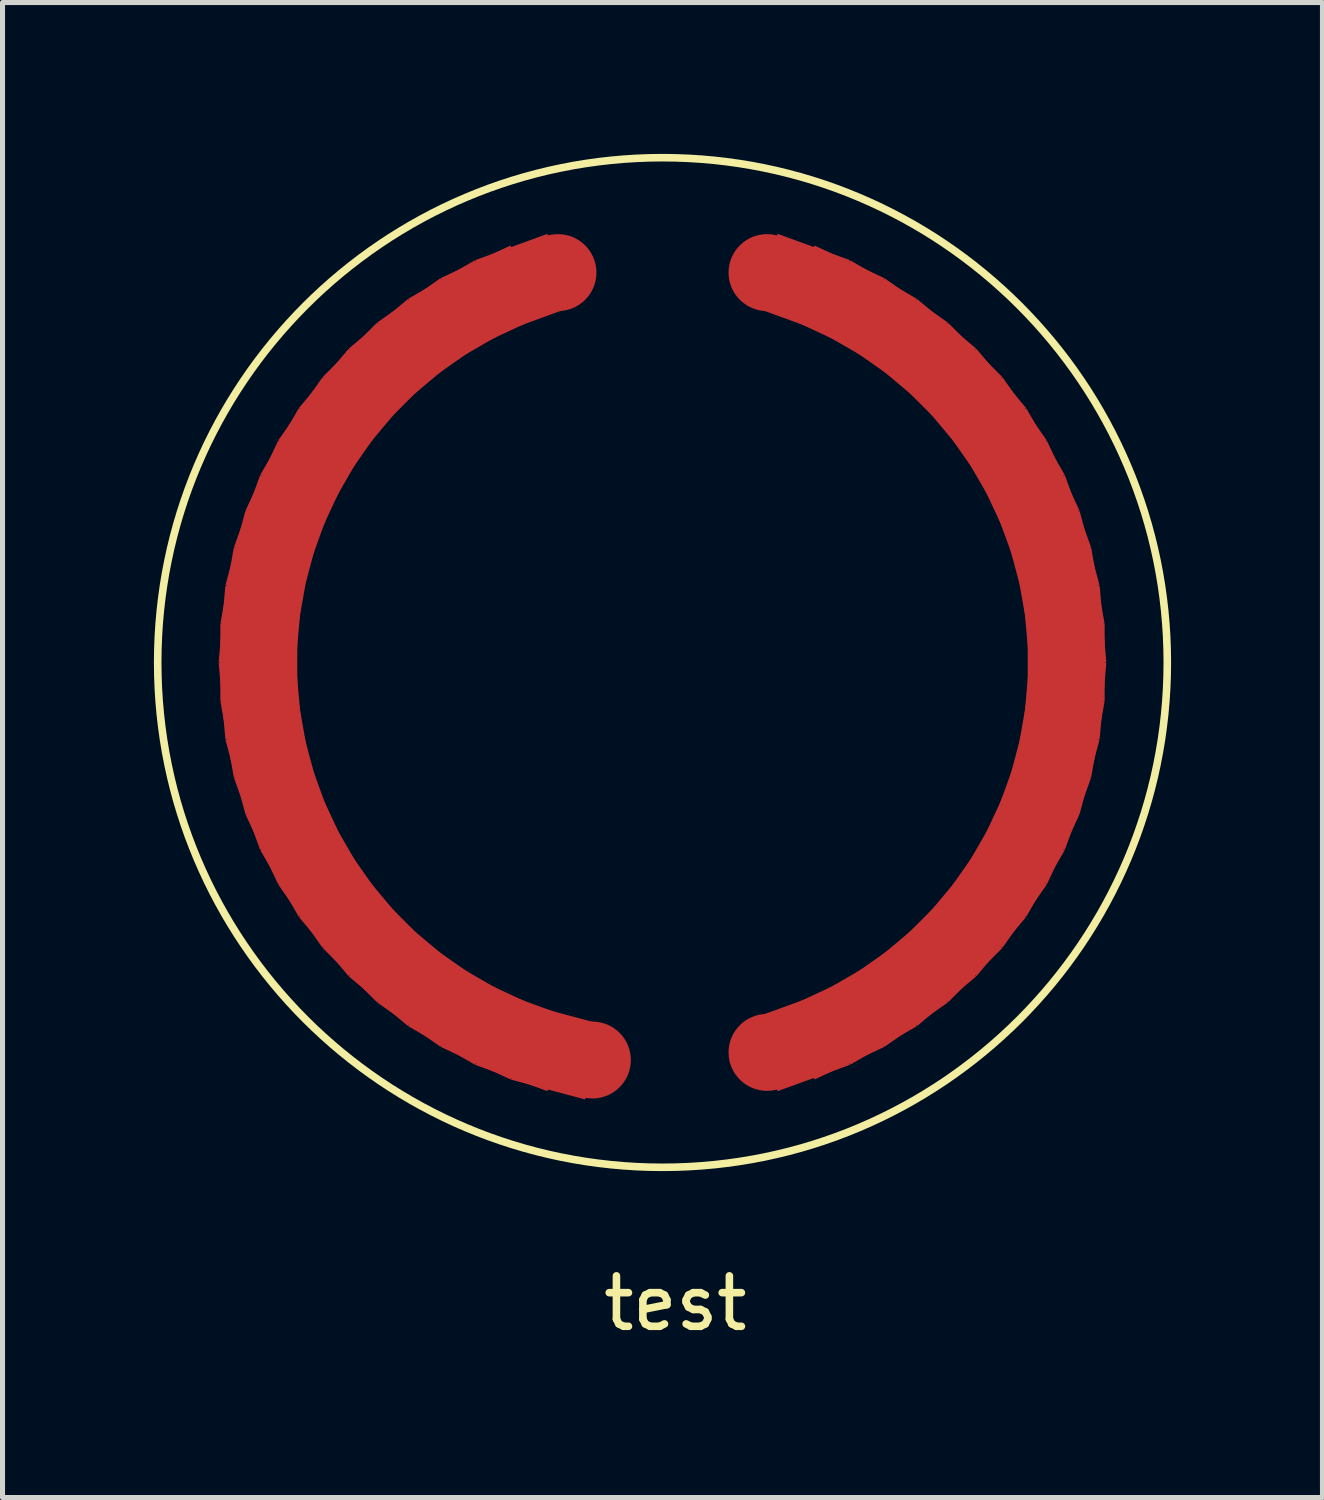
<source format=kicad_pcb>
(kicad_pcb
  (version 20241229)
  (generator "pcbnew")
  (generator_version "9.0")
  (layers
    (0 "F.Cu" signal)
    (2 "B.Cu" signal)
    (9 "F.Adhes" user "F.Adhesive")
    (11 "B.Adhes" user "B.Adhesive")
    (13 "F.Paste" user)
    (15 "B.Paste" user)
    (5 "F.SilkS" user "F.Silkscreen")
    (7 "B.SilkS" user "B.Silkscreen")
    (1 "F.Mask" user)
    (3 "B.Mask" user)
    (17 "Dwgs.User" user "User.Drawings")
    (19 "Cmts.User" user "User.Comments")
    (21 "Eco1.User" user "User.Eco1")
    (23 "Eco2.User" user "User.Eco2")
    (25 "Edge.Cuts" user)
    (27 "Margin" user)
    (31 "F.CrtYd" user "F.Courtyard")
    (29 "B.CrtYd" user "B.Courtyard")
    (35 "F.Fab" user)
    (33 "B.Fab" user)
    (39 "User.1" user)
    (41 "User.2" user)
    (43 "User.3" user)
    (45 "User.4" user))
  (footprint "test"
    (layer "F.Cu")
    (at 10.079 10.079)
    (property "Reference" "test" (at 0.254 12.7 0) (layer "F.SilkS") (effects (font (size 1 1) (thickness 0.15))))
    (attr through_hole)
    (fp_circle (center 0 0) (end -8.382 -5.461) (stroke (width 0.15) (type solid)) (fill no) (layer "F.SilkS"))
    (pad "1" smd rect (at -8 0) (size 1.524 1.524) (layers "F.Cu" "F.Mask" "F.Paste"))
    (pad "1" smd rect (at -7.97 -0.697 355) (size 1.524 1.524) (layers "F.Cu" "F.Mask" "F.Paste"))
    (pad "1" smd rect (at -7.97 0.697 5) (size 1.524 1.524) (layers "F.Cu" "F.Mask" "F.Paste"))
    (pad "1" smd rect (at -7.878 -1.389 350) (size 1.524 1.524) (layers "F.Cu" "F.Mask" "F.Paste"))
    (pad "1" smd rect (at -7.878 1.389 10) (size 1.524 1.524) (layers "F.Cu" "F.Mask" "F.Paste"))
    (pad "1" smd rect (at -7.727 -2.071 345) (size 1.524 1.524) (layers "F.Cu" "F.Mask" "F.Paste"))
    (pad "1" smd rect (at -7.727 2.071 15) (size 1.524 1.524) (layers "F.Cu" "F.Mask" "F.Paste"))
    (pad "1" smd rect (at -7.518 -2.736 340) (size 1.524 1.524) (layers "F.Cu" "F.Mask" "F.Paste"))
    (pad "1" smd rect (at -7.518 2.736 20) (size 1.524 1.524) (layers "F.Cu" "F.Mask" "F.Paste"))
    (pad "1" smd rect (at -7.25 -3.381 335) (size 1.524 1.524) (layers "F.Cu" "F.Mask" "F.Paste"))
    (pad "1" smd rect (at -7.25 3.381 25) (size 1.524 1.524) (layers "F.Cu" "F.Mask" "F.Paste"))
    (pad "1" smd rect (at -6.928 -4 330) (size 1.524 1.524) (layers "F.Cu" "F.Mask" "F.Paste"))
    (pad "1" smd rect (at -6.928 4 30) (size 1.524 1.524) (layers "F.Cu" "F.Mask" "F.Paste"))
    (pad "1" smd rect (at -6.553 -4.589 325) (size 1.524 1.524) (layers "F.Cu" "F.Mask" "F.Paste"))
    (pad "1" smd rect (at -6.553 4.589 35) (size 1.524 1.524) (layers "F.Cu" "F.Mask" "F.Paste"))
    (pad "1" smd rect (at -6.128 -5.142 320) (size 1.524 1.524) (layers "F.Cu" "F.Mask" "F.Paste"))
    (pad "1" smd rect (at -6.128 5.142 40) (size 1.524 1.524) (layers "F.Cu" "F.Mask" "F.Paste"))
    (pad "1" smd rect (at -5.657 -5.657 315) (size 1.524 1.524) (layers "F.Cu" "F.Mask" "F.Paste"))
    (pad "1" smd rect (at -5.657 5.657 45) (size 1.524 1.524) (layers "F.Cu" "F.Mask" "F.Paste"))
    (pad "1" smd rect (at -5.142 -6.128 310) (size 1.524 1.524) (layers "F.Cu" "F.Mask" "F.Paste"))
    (pad "1" smd rect (at -5.142 6.128 50) (size 1.524 1.524) (layers "F.Cu" "F.Mask" "F.Paste"))
    (pad "1" smd rect (at -4.589 -6.553 305) (size 1.524 1.524) (layers "F.Cu" "F.Mask" "F.Paste"))
    (pad "1" smd rect (at -4.589 6.553 55) (size 1.524 1.524) (layers "F.Cu" "F.Mask" "F.Paste"))
    (pad "1" smd rect (at -4 -6.928 300) (size 1.524 1.524) (layers "F.Cu" "F.Mask" "F.Paste"))
    (pad "1" smd rect (at -4 6.928 60) (size 1.524 1.524) (layers "F.Cu" "F.Mask" "F.Paste"))
    (pad "1" smd rect (at -3.381 -7.25 295) (size 1.524 1.524) (layers "F.Cu" "F.Mask" "F.Paste"))
    (pad "1" smd rect (at -3.381 7.25 65) (size 1.524 1.524) (layers "F.Cu" "F.Mask" "F.Paste"))
    (pad "1" smd rect (at -2.736 -7.518 290) (size 1.524 1.524) (layers "F.Cu" "F.Mask" "F.Paste"))
    (pad "1" smd rect (at -2.736 7.518 70) (size 1.524 1.524) (layers "F.Cu" "F.Mask" "F.Paste"))
    (pad "1" smd circle (at -2.071 -7.727 285) (size 1.524 1.524) (layers "F.Cu" "F.Mask" "F.Paste"))
    (pad "1" smd rect (at -2.071 7.727 75) (size 1.524 1.524) (layers "F.Cu" "F.Mask" "F.Paste"))
    (pad "1" smd circle (at -1.389 7.878 80) (size 1.524 1.524) (layers "F.Cu" "F.Mask" "F.Paste"))
    (pad "2" smd circle (at 2.071 -7.727 255) (size 1.524 1.524) (layers "F.Cu" "F.Mask" "F.Paste"))
    (pad "2" smd circle (at 2.071 7.727 105) (size 1.524 1.524) (layers "F.Cu" "F.Mask" "F.Paste"))
    (pad "2" smd rect (at 2.736 -7.518 250) (size 1.524 1.524) (layers "F.Cu" "F.Mask" "F.Paste"))
    (pad "2" smd rect (at 2.736 7.518 110) (size 1.524 1.524) (layers "F.Cu" "F.Mask" "F.Paste"))
    (pad "2" smd rect (at 3.381 -7.25 245) (size 1.524 1.524) (layers "F.Cu" "F.Mask" "F.Paste"))
    (pad "2" smd rect (at 3.381 7.25 115) (size 1.524 1.524) (layers "F.Cu" "F.Mask" "F.Paste"))
    (pad "2" smd rect (at 4 -6.928 240) (size 1.524 1.524) (layers "F.Cu" "F.Mask" "F.Paste"))
    (pad "2" smd rect (at 4 6.928 120) (size 1.524 1.524) (layers "F.Cu" "F.Mask" "F.Paste"))
    (pad "2" smd rect (at 4.589 -6.553 235) (size 1.524 1.524) (layers "F.Cu" "F.Mask" "F.Paste"))
    (pad "2" smd rect (at 4.589 6.553 125) (size 1.524 1.524) (layers "F.Cu" "F.Mask" "F.Paste"))
    (pad "2" smd rect (at 5.142 -6.128 230) (size 1.524 1.524) (layers "F.Cu" "F.Mask" "F.Paste"))
    (pad "2" smd rect (at 5.142 6.128 130) (size 1.524 1.524) (layers "F.Cu" "F.Mask" "F.Paste"))
    (pad "2" smd rect (at 5.657 -5.657 225) (size 1.524 1.524) (layers "F.Cu" "F.Mask" "F.Paste"))
    (pad "2" smd rect (at 5.657 5.657 135) (size 1.524 1.524) (layers "F.Cu" "F.Mask" "F.Paste"))
    (pad "2" smd rect (at 6.128 -5.142 220) (size 1.524 1.524) (layers "F.Cu" "F.Mask" "F.Paste"))
    (pad "2" smd rect (at 6.128 5.142 140) (size 1.524 1.524) (layers "F.Cu" "F.Mask" "F.Paste"))
    (pad "2" smd rect (at 6.553 -4.589 215) (size 1.524 1.524) (layers "F.Cu" "F.Mask" "F.Paste"))
    (pad "2" smd rect (at 6.553 4.589 145) (size 1.524 1.524) (layers "F.Cu" "F.Mask" "F.Paste"))
    (pad "2" smd rect (at 6.928 -4 210) (size 1.524 1.524) (layers "F.Cu" "F.Mask" "F.Paste"))
    (pad "2" smd rect (at 6.928 4 150) (size 1.524 1.524) (layers "F.Cu" "F.Mask" "F.Paste"))
    (pad "2" smd rect (at 7.25 -3.381 205) (size 1.524 1.524) (layers "F.Cu" "F.Mask" "F.Paste"))
    (pad "2" smd rect (at 7.25 3.381 155) (size 1.524 1.524) (layers "F.Cu" "F.Mask" "F.Paste"))
    (pad "2" smd rect (at 7.518 -2.736 200) (size 1.524 1.524) (layers "F.Cu" "F.Mask" "F.Paste"))
    (pad "2" smd rect (at 7.518 2.736 160) (size 1.524 1.524) (layers "F.Cu" "F.Mask" "F.Paste"))
    (pad "2" smd rect (at 7.727 -2.071 195) (size 1.524 1.524) (layers "F.Cu" "F.Mask" "F.Paste"))
    (pad "2" smd rect (at 7.727 2.071 165) (size 1.524 1.524) (layers "F.Cu" "F.Mask" "F.Paste"))
    (pad "2" smd rect (at 7.878 -1.389 190) (size 1.524 1.524) (layers "F.Cu" "F.Mask" "F.Paste"))
    (pad "2" smd rect (at 7.878 1.389 170) (size 1.524 1.524) (layers "F.Cu" "F.Mask" "F.Paste"))
    (pad "2" smd rect (at 7.97 -0.697 185) (size 1.524 1.524) (layers "F.Cu" "F.Mask" "F.Paste"))
    (pad "2" smd rect (at 7.97 0.697 175) (size 1.524 1.524) (layers "F.Cu" "F.Mask" "F.Paste"))
    (pad "2" smd rect (at 8 0 180) (size 1.524 1.524) (layers "F.Cu" "F.Mask" "F.Paste")))
  (gr_rect
    (start -3 -3)
    (end 23.158 26.627)
    (stroke (width 0.1) (type default))
    (fill no)
    (layer "Edge.Cuts")))
</source>
